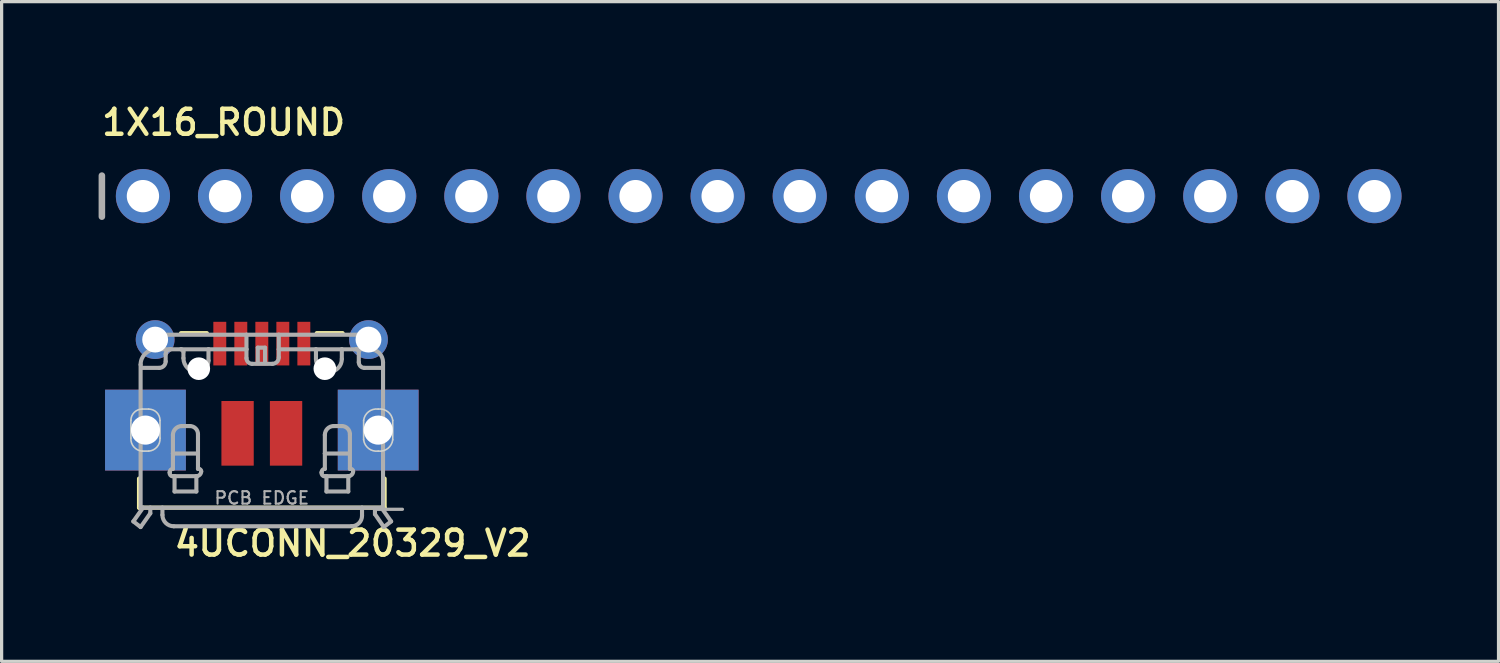
<source format=kicad_pcb>
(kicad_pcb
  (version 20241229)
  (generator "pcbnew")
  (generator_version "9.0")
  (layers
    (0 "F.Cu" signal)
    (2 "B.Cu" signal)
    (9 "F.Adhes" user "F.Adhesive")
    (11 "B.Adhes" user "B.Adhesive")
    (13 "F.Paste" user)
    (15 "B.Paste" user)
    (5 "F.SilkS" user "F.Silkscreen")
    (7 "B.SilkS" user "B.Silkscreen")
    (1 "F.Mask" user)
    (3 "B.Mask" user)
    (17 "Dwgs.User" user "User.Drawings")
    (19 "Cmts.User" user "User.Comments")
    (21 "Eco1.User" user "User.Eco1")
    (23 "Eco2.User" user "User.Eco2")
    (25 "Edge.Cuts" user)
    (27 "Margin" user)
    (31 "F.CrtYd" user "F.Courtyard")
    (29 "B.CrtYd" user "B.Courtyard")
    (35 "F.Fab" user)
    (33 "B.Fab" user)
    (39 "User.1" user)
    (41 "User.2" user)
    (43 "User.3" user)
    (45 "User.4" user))
  (footprint "4UCONN_20329_V2"
    (layer "F.Cu")
    (at 5.05 8.356)
    (property "Reference" "4UCONN_20329_V2" (at -2.778 5.852 180) (layer "F.SilkS") (effects (font (size 0.772 0.772) (thickness 0.139)) (justify left bottom)))
    (attr through_hole)
    (fp_poly (pts (xy -1.55 -0.05) (xy -1.05 -0.05) (xy -1.05 -1.5) (xy -1.55 -1.5)) (stroke (width 0) (type solid)) (fill yes) (layer "F.Mask"))
    (fp_poly (pts (xy -0.9 -0.05) (xy -0.4 -0.05) (xy -0.4 -1.5) (xy -0.9 -1.5)) (stroke (width 0) (type solid)) (fill yes) (layer "F.Mask"))
    (fp_poly (pts (xy -0.25 -0.05) (xy 0.25 -0.05) (xy 0.25 -1.5) (xy -0.25 -1.5)) (stroke (width 0) (type solid)) (fill yes) (layer "F.Mask"))
    (fp_poly (pts (xy 0.4 -0.05) (xy 0.9 -0.05) (xy 0.9 -1.5) (xy 0.4 -1.5)) (stroke (width 0) (type solid)) (fill yes) (layer "F.Mask"))
    (fp_poly (pts (xy 1.05 -0.05) (xy 1.55 -0.05) (xy 1.55 -1.5) (xy 1.05 -1.5)) (stroke (width 0) (type solid)) (fill yes) (layer "F.Mask"))
    (fp_line (start -3.8 3.4) (end -3.8 4.3) (stroke (width 0.127) (type solid)) (layer "F.SilkS"))
    (fp_line (start -3.8 4.3) (end 3.8 4.3) (stroke (width 0.127) (type solid)) (layer "F.SilkS"))
    (fp_line (start -2.5 -1.1) (end -1.7 -1.1) (stroke (width 0.127) (type solid)) (layer "F.SilkS"))
    (fp_line (start 1.7 -1.1) (end 2.5 -1.1) (stroke (width 0.127) (type solid)) (layer "F.SilkS"))
    (fp_line (start 3.8 4.3) (end 3.8 3.4) (stroke (width 0.127) (type solid)) (layer "F.SilkS"))
    (fp_poly (pts (xy -4.85 3.15) (xy -2.35 3.15) (xy -2.35 0.65) (xy -4.85 0.65)) (stroke (width 0) (type solid)) (fill yes) (layer "F.Paste"))
    (fp_poly (pts (xy 2.35 3.15) (xy 4.85 3.15) (xy 4.85 0.65) (xy 2.35 0.65)) (stroke (width 0) (type solid)) (fill yes) (layer "F.Paste"))
    (fp_poly (pts (xy -5.05 -0.9) (xy -5.014 -0.724) (xy -4.925 -0.567) (xy -4.793 -0.445) (xy -4.45 -0.35) (xy -3.35 -0.35) (xy -3.171 -0.37) (xy -3.007 -0.445) (xy -2.875 -0.567) (xy -2.786 -0.724) (xy -2.75 -0.9) (xy -2.786 -1.076) (xy -2.875 -1.233) (xy -3.007 -1.355) (xy -3.35 -1.45) (xy -4.45 -1.45) (xy -4.629 -1.43) (xy -4.793 -1.355) (xy -4.925 -1.233)) (stroke (width 0) (type solid)) (fill yes) (layer "F.Paste"))
    (fp_poly (pts (xy 2.75 -0.9) (xy 2.786 -0.724) (xy 2.875 -0.567) (xy 3.007 -0.445) (xy 3.35 -0.35) (xy 4.45 -0.35) (xy 4.629 -0.37) (xy 4.793 -0.445) (xy 4.925 -0.567) (xy 5.014 -0.724) (xy 5.05 -0.9) (xy 5.014 -1.076) (xy 4.925 -1.233) (xy 4.793 -1.355) (xy 4.45 -1.45) (xy 3.35 -1.45) (xy 3.171 -1.43) (xy 3.007 -1.355) (xy 2.875 -1.233)) (stroke (width 0) (type solid)) (fill yes) (layer "F.Paste"))
    (fp_line (start -4.05 2.15) (end -4.05 1.6) (stroke (width 0.05) (type solid)) (layer "Edge.Cuts"))
    (fp_line (start -3.7 1.25) (end -3.5 1.25) (stroke (width 0.05) (type solid)) (layer "Edge.Cuts"))
    (fp_line (start -3.5 2.55) (end -3.7 2.55) (stroke (width 0.05) (type solid)) (layer "Edge.Cuts"))
    (fp_line (start -3.15 1.6) (end -3.15 2.15) (stroke (width 0.05) (type solid)) (layer "Edge.Cuts"))
    (fp_line (start 3.15 2.2) (end 3.15 1.6) (stroke (width 0.05) (type solid)) (layer "Edge.Cuts"))
    (fp_line (start 4.05 1.6) (end 4.05 2.2) (stroke (width 0.05) (type solid)) (layer "Edge.Cuts"))
    (fp_arc (start -4.05 1.6) (mid -3.947487 1.352513) (end -3.7 1.25) (stroke (width 0.05) (type solid)) (layer "Edge.Cuts"))
    (fp_arc (start -3.7 2.55) (mid -3.957843 2.422487) (end -4.05 2.15) (stroke (width 0.05) (type solid)) (layer "Edge.Cuts"))
    (fp_arc (start -3.5 1.25) (mid -3.252513 1.352513) (end -3.15 1.6) (stroke (width 0.05) (type solid)) (layer "Edge.Cuts"))
    (fp_arc (start -3.15 2.15) (mid -3.242157 2.422487) (end -3.5 2.55) (stroke (width 0.05) (type solid)) (layer "Edge.Cuts"))
    (fp_arc (start 3.15 1.6) (mid 3.302513 1.331802) (end 3.6 1.25) (stroke (width 0.05) (type solid)) (layer "Edge.Cuts"))
    (fp_arc (start 3.6 1.25) (mid 3.897487 1.331802) (end 4.05 1.6) (stroke (width 0.05) (type solid)) (layer "Edge.Cuts"))
    (fp_arc (start 3.6 2.55) (mid 3.302513 2.468198) (end 3.15 2.2) (stroke (width 0.05) (type solid)) (layer "Edge.Cuts"))
    (fp_arc (start 4.05 2.2) (mid 3.897487 2.468198) (end 3.6 2.55) (stroke (width 0.05) (type solid)) (layer "Edge.Cuts"))
    (fp_line (start -3.975 4.725) (end -3.75 4.9) (stroke (width 0.127) (type solid)) (layer "F.Fab"))
    (fp_line (start -3.975 4.725) (end -3.675 4.3) (stroke (width 0.127) (type solid)) (layer "F.Fab"))
    (fp_line (start -3.75 -0.125) (end -3.75 4.3) (stroke (width 0.127) (type solid)) (layer "F.Fab"))
    (fp_line (start -3.75 4.3) (end -3.675 4.3) (stroke (width 0.127) (type solid)) (layer "F.Fab"))
    (fp_line (start -3.75 4.9) (end -3.45 4.475) (stroke (width 0.127) (type solid)) (layer "F.Fab"))
    (fp_line (start -3.725 -0.025) (end -3.175 -0.025) (stroke (width 0.127) (type solid)) (layer "F.Fab"))
    (fp_line (start -3.675 4.3) (end -3.45 4.3) (stroke (width 0.127) (type solid)) (layer "F.Fab"))
    (fp_line (start -3.575 -1.05) (end -0.475 -1.05) (stroke (width 0.127) (type solid)) (layer "F.Fab"))
    (fp_line (start -3.575 -0.75) (end -3.575 -1.05) (stroke (width 0.127) (type solid)) (layer "F.Fab"))
    (fp_line (start -3.45 4.3) (end -3.075 4.3) (stroke (width 0.127) (type solid)) (layer "F.Fab"))
    (fp_line (start -3.45 4.475) (end -3.45 4.3) (stroke (width 0.127) (type solid)) (layer "F.Fab"))
    (fp_line (start -3.425 -0.75) (end -3.575 -0.75) (stroke (width 0.127) (type solid)) (layer "F.Fab"))
    (fp_line (start -3.425 -0.625) (end -3.425 -0.75) (stroke (width 0.127) (type solid)) (layer "F.Fab"))
    (fp_line (start -3.075 4.3) (end -3.075 4.525) (stroke (width 0.127) (type solid)) (layer "F.Fab"))
    (fp_line (start -3.075 4.3) (end 3.1 4.3) (stroke (width 0.127) (type solid)) (layer "F.Fab"))
    (fp_line (start -2.975 -0.225) (end -2.975 -0.45) (stroke (width 0.127) (type solid)) (layer "F.Fab"))
    (fp_line (start -2.85 3.225) (end -2.85 3.2) (stroke (width 0.127) (type solid)) (layer "F.Fab"))
    (fp_line (start -2.825 -0.6) (end -3.275 -0.6) (stroke (width 0.127) (type solid)) (layer "F.Fab"))
    (fp_line (start -2.825 -0.6) (end -2.5 -0.6) (stroke (width 0.127) (type solid)) (layer "F.Fab"))
    (fp_line (start -2.75 2.625) (end -2.75 2.05) (stroke (width 0.127) (type solid)) (layer "F.Fab"))
    (fp_line (start -2.75 2.625) (end -2 2.625) (stroke (width 0.127) (type solid)) (layer "F.Fab"))
    (fp_line (start -2.75 3.1) (end -2.75 2.625) (stroke (width 0.127) (type solid)) (layer "F.Fab"))
    (fp_line (start -2.725 4.875) (end 2.775 4.875) (stroke (width 0.127) (type solid)) (layer "F.Fab"))
    (fp_line (start -2.7 3.325) (end -2.775 3.325) (stroke (width 0.127) (type solid)) (layer "F.Fab"))
    (fp_line (start -2.7 3.325) (end -2 3.325) (stroke (width 0.127) (type solid)) (layer "F.Fab"))
    (fp_line (start -2.7 3.8) (end -2.7 3.325) (stroke (width 0.127) (type solid)) (layer "F.Fab"))
    (fp_line (start -2.475 1.775) (end -2.225 1.775) (stroke (width 0.127) (type solid)) (layer "F.Fab"))
    (fp_line (start -2.425 -0.525) (end -2.425 -0.325) (stroke (width 0.127) (type solid)) (layer "F.Fab"))
    (fp_line (start -2.025 3.325) (end -2.025 3.8) (stroke (width 0.127) (type solid)) (layer "F.Fab"))
    (fp_line (start -2.025 3.8) (end -2.7 3.8) (stroke (width 0.127) (type solid)) (layer "F.Fab"))
    (fp_line (start -1.975 2.025) (end -1.975 3.1) (stroke (width 0.127) (type solid)) (layer "F.Fab"))
    (fp_line (start -1.975 3.1) (end -1.95 3.1) (stroke (width 0.127) (type solid)) (layer "F.Fab"))
    (fp_line (start -1.65 -0.6) (end -2.5 -0.6) (stroke (width 0.127) (type solid)) (layer "F.Fab"))
    (fp_line (start -1.65 -0.25) (end -1.65 -0.6) (stroke (width 0.127) (type solid)) (layer "F.Fab"))
    (fp_line (start -0.475 -1.05) (end 0.525 -1.05) (stroke (width 0.127) (type solid)) (layer "F.Fab"))
    (fp_line (start -0.475 -0.6) (end -1.65 -0.6) (stroke (width 0.127) (type solid)) (layer "F.Fab"))
    (fp_line (start -0.475 -0.6) (end -0.475 -1.05) (stroke (width 0.127) (type solid)) (layer "F.Fab"))
    (fp_line (start -0.475 -0.325) (end -0.475 -0.6) (stroke (width 0.127) (type solid)) (layer "F.Fab"))
    (fp_line (start -0.125 -0.65) (end 0.1 -0.65) (stroke (width 0.127) (type solid)) (layer "F.Fab"))
    (fp_line (start -0.125 -0.175) (end -0.125 -0.65) (stroke (width 0.127) (type solid)) (layer "F.Fab"))
    (fp_line (start 0.1 -0.65) (end 0.1 -0.175) (stroke (width 0.127) (type solid)) (layer "F.Fab"))
    (fp_line (start 0.325 -0.15) (end -0.3 -0.15) (stroke (width 0.127) (type solid)) (layer "F.Fab"))
    (fp_line (start 0.525 -1.05) (end 0.525 -0.6) (stroke (width 0.127) (type solid)) (layer "F.Fab"))
    (fp_line (start 0.525 -1.05) (end 3.6 -1.05) (stroke (width 0.127) (type solid)) (layer "F.Fab"))
    (fp_line (start 0.525 -0.6) (end 0.525 -0.35) (stroke (width 0.127) (type solid)) (layer "F.Fab"))
    (fp_line (start 1.675 -0.6) (end 0.525 -0.6) (stroke (width 0.127) (type solid)) (layer "F.Fab"))
    (fp_line (start 1.675 -0.6) (end 1.675 -0.3) (stroke (width 0.127) (type solid)) (layer "F.Fab"))
    (fp_line (start 1.85 3.225) (end 1.85 3.2) (stroke (width 0.127) (type solid)) (layer "F.Fab"))
    (fp_line (start 1.95 2.625) (end 1.95 2.05) (stroke (width 0.127) (type solid)) (layer "F.Fab"))
    (fp_line (start 1.95 2.625) (end 2.7 2.625) (stroke (width 0.127) (type solid)) (layer "F.Fab"))
    (fp_line (start 1.95 3.1) (end 1.95 2.625) (stroke (width 0.127) (type solid)) (layer "F.Fab"))
    (fp_line (start 2 3.325) (end 1.925 3.325) (stroke (width 0.127) (type solid)) (layer "F.Fab"))
    (fp_line (start 2 3.325) (end 2.7 3.325) (stroke (width 0.127) (type solid)) (layer "F.Fab"))
    (fp_line (start 2 3.8) (end 2 3.325) (stroke (width 0.127) (type solid)) (layer "F.Fab"))
    (fp_line (start 2.225 1.775) (end 2.475 1.775) (stroke (width 0.127) (type solid)) (layer "F.Fab"))
    (fp_line (start 2.475 -0.6) (end 1.675 -0.6) (stroke (width 0.127) (type solid)) (layer "F.Fab"))
    (fp_line (start 2.475 -0.6) (end 2.925 -0.6) (stroke (width 0.127) (type solid)) (layer "F.Fab"))
    (fp_line (start 2.475 -0.3) (end 2.475 -0.6) (stroke (width 0.127) (type solid)) (layer "F.Fab"))
    (fp_line (start 2.675 3.325) (end 2.675 3.8) (stroke (width 0.127) (type solid)) (layer "F.Fab"))
    (fp_line (start 2.675 3.8) (end 2 3.8) (stroke (width 0.127) (type solid)) (layer "F.Fab"))
    (fp_line (start 2.725 2.025) (end 2.725 3.1) (stroke (width 0.127) (type solid)) (layer "F.Fab"))
    (fp_line (start 2.725 3.1) (end 2.75 3.1) (stroke (width 0.127) (type solid)) (layer "F.Fab"))
    (fp_line (start 3 -0.525) (end 3 -0.2) (stroke (width 0.127) (type solid)) (layer "F.Fab"))
    (fp_line (start 3.1 4.3) (end 3.7 4.3) (stroke (width 0.127) (type solid)) (layer "F.Fab"))
    (fp_line (start 3.1 4.55) (end 3.1 4.3) (stroke (width 0.127) (type solid)) (layer "F.Fab"))
    (fp_line (start 3.175 -0.025) (end 3.725 -0.025) (stroke (width 0.127) (type solid)) (layer "F.Fab"))
    (fp_line (start 3.35 -0.775) (end 3.35 -0.6) (stroke (width 0.127) (type solid)) (layer "F.Fab"))
    (fp_line (start 3.35 -0.6) (end 2.925 -0.6) (stroke (width 0.127) (type solid)) (layer "F.Fab"))
    (fp_line (start 3.5 4.35) (end 4.35 4.35) (stroke (width 0.1) (type solid)) (layer "F.Fab"))
    (fp_line (start 3.5 4.5) (end 3.5 4.35) (stroke (width 0.127) (type solid)) (layer "F.Fab"))
    (fp_line (start 3.6 -1.05) (end 3.6 -0.775) (stroke (width 0.127) (type solid)) (layer "F.Fab"))
    (fp_line (start 3.6 -0.775) (end 3.35 -0.775) (stroke (width 0.127) (type solid)) (layer "F.Fab"))
    (fp_line (start 3.7 4.3) (end 3.75 4.3) (stroke (width 0.127) (type solid)) (layer "F.Fab"))
    (fp_line (start 3.7 4.3) (end 4 4.725) (stroke (width 0.127) (type solid)) (layer "F.Fab"))
    (fp_line (start 3.75 4.3) (end 3.75 -0.2) (stroke (width 0.127) (type solid)) (layer "F.Fab"))
    (fp_line (start 3.775 4.9) (end 3.5 4.5) (stroke (width 0.127) (type solid)) (layer "F.Fab"))
    (fp_line (start 4 4.725) (end 3.775 4.9) (stroke (width 0.127) (type solid)) (layer "F.Fab"))
    (fp_arc (start -3.750001 -0.124999) (mid -3.610876 -0.460875) (end -3.275 -0.6) (stroke (width 0.127) (type solid)) (layer "F.Fab"))
    (fp_arc (start -2.975 -0.45) (mid -2.931066 -0.556066) (end -2.825 -0.6) (stroke (width 0.127) (type solid)) (layer "F.Fab"))
    (fp_arc (start -2.975 -0.225) (mid -3.033579 -0.083579) (end -3.175 -0.025) (stroke (width 0.127) (type solid)) (layer "F.Fab"))
    (fp_arc (start -2.85 3.2) (mid -2.820711 3.129289) (end -2.75 3.1) (stroke (width 0.127) (type solid)) (layer "F.Fab"))
    (fp_arc (start -2.775 3.325) (mid -2.833211 3.290533) (end -2.85 3.225) (stroke (width 0.127) (type solid)) (layer "F.Fab"))
    (fp_arc (start -2.75 2.05) (mid -2.669454 1.855546) (end -2.475 1.775) (stroke (width 0.127) (type solid)) (layer "F.Fab"))
    (fp_arc (start -2.725 4.875) (mid -2.972487 4.772487) (end -3.075 4.525) (stroke (width 0.127) (type solid)) (layer "F.Fab"))
    (fp_arc (start -2.5 -0.6) (mid -2.446967 -0.578033) (end -2.425 -0.525) (stroke (width 0.127) (type solid)) (layer "F.Fab"))
    (fp_arc (start -2.225 1.775) (mid -2.048223 1.848223) (end -1.975 2.025) (stroke (width 0.127) (type solid)) (layer "F.Fab"))
    (fp_arc (start -2 0.1) (mid -2.30052 -0.02448) (end -2.425 -0.325) (stroke (width 0.127) (type solid)) (layer "F.Fab"))
    (fp_arc (start -1.95 3.1) (mid -1.896967 3.121967) (end -1.875 3.175) (stroke (width 0.127) (type solid)) (layer "F.Fab"))
    (fp_arc (start -1.875 3.175) (mid -1.918934 3.281066) (end -2.025 3.325) (stroke (width 0.127) (type solid)) (layer "F.Fab"))
    (fp_arc (start -1.65 -0.25) (mid -1.752513 -0.002513) (end -2 0.1) (stroke (width 0.127) (type solid)) (layer "F.Fab"))
    (fp_arc (start -0.3 -0.15) (mid -0.423744 -0.201256) (end -0.475 -0.325) (stroke (width 0.127) (type solid)) (layer "F.Fab"))
    (fp_arc (start 0.525 -0.35) (mid 0.466421 -0.208579) (end 0.325 -0.15) (stroke (width 0.127) (type solid)) (layer "F.Fab"))
    (fp_arc (start 1.85 3.2) (mid 1.879289 3.129289) (end 1.95 3.1) (stroke (width 0.127) (type solid)) (layer "F.Fab"))
    (fp_arc (start 1.925 3.325) (mid 1.866789 3.290533) (end 1.85 3.225) (stroke (width 0.127) (type solid)) (layer "F.Fab"))
    (fp_arc (start 1.95 2.05) (mid 2.030546 1.855546) (end 2.225 1.775) (stroke (width 0.127) (type solid)) (layer "F.Fab"))
    (fp_arc (start 2.075 0.1) (mid 1.792157 -0.017157) (end 1.675 -0.3) (stroke (width 0.127) (type solid)) (layer "F.Fab"))
    (fp_arc (start 2.475 -0.3) (mid 2.357843 -0.017157) (end 2.075 0.1) (stroke (width 0.127) (type solid)) (layer "F.Fab"))
    (fp_arc (start 2.475 1.775) (mid 2.651777 1.848223) (end 2.725 2.025) (stroke (width 0.127) (type solid)) (layer "F.Fab"))
    (fp_arc (start 2.75 3.1) (mid 2.803033 3.121967) (end 2.825 3.175) (stroke (width 0.127) (type solid)) (layer "F.Fab"))
    (fp_arc (start 2.825 3.175) (mid 2.781066 3.281066) (end 2.675 3.325) (stroke (width 0.127) (type solid)) (layer "F.Fab"))
    (fp_arc (start 2.925 -0.6) (mid 2.978033 -0.578033) (end 3 -0.525) (stroke (width 0.127) (type solid)) (layer "F.Fab"))
    (fp_arc (start 3.1 4.55) (mid 3.00481 4.77981) (end 2.775 4.875) (stroke (width 0.127) (type solid)) (layer "F.Fab"))
    (fp_arc (start 3.175 -0.025) (mid 3.051256 -0.076256) (end 3 -0.2) (stroke (width 0.127) (type solid)) (layer "F.Fab"))
    (fp_arc (start 3.349999 -0.599999) (mid 3.632842 -0.482842) (end 3.75 -0.2) (stroke (width 0.127) (type solid)) (layer "F.Fab"))
    (fp_text user "PCB EDGE" (at 0 4 0) (layer "F.Fab") (effects (font (size 0.386 0.386) (thickness 0.065))))
    (pad "" np_thru_hole circle (at -1.95 0) (size 0.7 0.7) (drill 0.7) (layers "*.Cu" "*.Mask"))
    (pad "" np_thru_hole circle (at 1.95 0) (size 0.7 0.7) (drill 0.7) (layers "*.Cu" "*.Mask"))
    (pad "BASE@1" smd rect (at -0.75 2 90) (size 2 1) (layers "F.Cu" "F.Mask" "F.Paste"))
    (pad "BASE@2" smd rect (at 0.75 2 90) (size 2 1) (layers "F.Cu" "F.Mask" "F.Paste"))
    (pad "D+" smd rect (at 0 -0.775) (size 0.4 1.35) (layers "F.Cu" "F.Mask" "F.Paste"))
    (pad "D-" smd rect (at -0.65 -0.775) (size 0.4 1.35) (layers "F.Cu" "F.Mask" "F.Paste"))
    (pad "GND" smd rect (at 1.3 -0.775) (size 0.4 1.35) (layers "F.Cu" "F.Mask" "F.Paste"))
    (pad "ID" smd rect (at 0.65 -0.775) (size 0.4 1.35) (layers "F.Cu" "F.Mask" "F.Paste"))
    (pad "SPRT@1" thru_hole circle (at -3.3 -0.9 180) (size 1.2 1.2) (drill 0.8) (layers "*.Cu" "*.Mask"))
    (pad "SPRT@2" thru_hole circle (at 3.3 -0.9) (size 1.2 1.2) (drill 0.8) (layers "*.Cu" "*.Mask"))
    (pad "SPRT@3" thru_hole rect (at -3.6 1.9 90) (size 2.5 2.5) (drill 0.9) (layers "*.Cu" "*.Mask"))
    (pad "SPRT@4" thru_hole rect (at 3.6 1.9 90) (size 2.5 2.5) (drill 0.9) (layers "*.Cu" "*.Mask"))
    (pad "VBUS" smd rect (at -1.3 -0.775) (size 0.4 1.35) (layers "F.Cu" "F.Mask" "F.Paste")))
  (footprint "1X16_ROUND"
    (layer "F.Cu")
    (at 20.422 3.018)
    (property "Reference" "1X16_ROUND" (at -20.396 -1.829 180) (layer "F.SilkS") (effects (font (size 0.772 0.772) (thickness 0.139)) (justify left bottom)))
    (attr through_hole)
    (fp_line (start -20.32 -0.635) (end -20.32 0.635) (stroke (width 0.203) (type solid)) (layer "F.Fab"))
    (fp_poly (pts (xy -19.304 0.254) (xy -18.796 0.254) (xy -18.796 -0.254) (xy -19.304 -0.254)) (stroke (width 0.1) (type solid)) (fill no) (layer "F.Fab"))
    (fp_poly (pts (xy -16.764 0.254) (xy -16.256 0.254) (xy -16.256 -0.254) (xy -16.764 -0.254)) (stroke (width 0.1) (type solid)) (fill no) (layer "F.Fab"))
    (fp_poly (pts (xy -14.224 0.254) (xy -13.716 0.254) (xy -13.716 -0.254) (xy -14.224 -0.254)) (stroke (width 0.1) (type solid)) (fill no) (layer "F.Fab"))
    (fp_poly (pts (xy -11.684 0.254) (xy -11.176 0.254) (xy -11.176 -0.254) (xy -11.684 -0.254)) (stroke (width 0.1) (type solid)) (fill no) (layer "F.Fab"))
    (fp_poly (pts (xy -9.144 0.254) (xy -8.636 0.254) (xy -8.636 -0.254) (xy -9.144 -0.254)) (stroke (width 0.1) (type solid)) (fill no) (layer "F.Fab"))
    (fp_poly (pts (xy -6.604 0.254) (xy -6.096 0.254) (xy -6.096 -0.254) (xy -6.604 -0.254)) (stroke (width 0.1) (type solid)) (fill no) (layer "F.Fab"))
    (fp_poly (pts (xy -4.064 0.254) (xy -3.556 0.254) (xy -3.556 -0.254) (xy -4.064 -0.254)) (stroke (width 0.1) (type solid)) (fill no) (layer "F.Fab"))
    (fp_poly (pts (xy -1.524 0.254) (xy -1.016 0.254) (xy -1.016 -0.254) (xy -1.524 -0.254)) (stroke (width 0.1) (type solid)) (fill no) (layer "F.Fab"))
    (fp_poly (pts (xy 1.016 0.254) (xy 1.524 0.254) (xy 1.524 -0.254) (xy 1.016 -0.254)) (stroke (width 0.1) (type solid)) (fill no) (layer "F.Fab"))
    (fp_poly (pts (xy 3.556 0.254) (xy 4.064 0.254) (xy 4.064 -0.254) (xy 3.556 -0.254)) (stroke (width 0.1) (type solid)) (fill no) (layer "F.Fab"))
    (fp_poly (pts (xy 6.096 0.254) (xy 6.604 0.254) (xy 6.604 -0.254) (xy 6.096 -0.254)) (stroke (width 0.1) (type solid)) (fill no) (layer "F.Fab"))
    (fp_poly (pts (xy 8.636 0.254) (xy 9.144 0.254) (xy 9.144 -0.254) (xy 8.636 -0.254)) (stroke (width 0.1) (type solid)) (fill no) (layer "F.Fab"))
    (fp_poly (pts (xy 11.176 0.254) (xy 11.684 0.254) (xy 11.684 -0.254) (xy 11.176 -0.254)) (stroke (width 0.1) (type solid)) (fill no) (layer "F.Fab"))
    (fp_poly (pts (xy 13.716 0.254) (xy 14.224 0.254) (xy 14.224 -0.254) (xy 13.716 -0.254)) (stroke (width 0.1) (type solid)) (fill no) (layer "F.Fab"))
    (fp_poly (pts (xy 16.256 0.254) (xy 16.764 0.254) (xy 16.764 -0.254) (xy 16.256 -0.254)) (stroke (width 0.1) (type solid)) (fill no) (layer "F.Fab"))
    (fp_poly (pts (xy 18.796 0.254) (xy 19.304 0.254) (xy 19.304 -0.254) (xy 18.796 -0.254)) (stroke (width 0.1) (type solid)) (fill no) (layer "F.Fab"))
    (pad "1" thru_hole circle (at -19.05 0 90) (size 1.676 1.676) (drill 1) (layers "*.Cu" "*.Mask"))
    (pad "2" thru_hole circle (at -16.51 0 90) (size 1.676 1.676) (drill 1) (layers "*.Cu" "*.Mask"))
    (pad "3" thru_hole circle (at -13.97 0 90) (size 1.676 1.676) (drill 1) (layers "*.Cu" "*.Mask"))
    (pad "4" thru_hole circle (at -11.43 0 90) (size 1.676 1.676) (drill 1) (layers "*.Cu" "*.Mask"))
    (pad "5" thru_hole circle (at -8.89 0 90) (size 1.676 1.676) (drill 1) (layers "*.Cu" "*.Mask"))
    (pad "6" thru_hole circle (at -6.35 0 90) (size 1.676 1.676) (drill 1) (layers "*.Cu" "*.Mask"))
    (pad "7" thru_hole circle (at -3.81 0 90) (size 1.676 1.676) (drill 1) (layers "*.Cu" "*.Mask"))
    (pad "8" thru_hole circle (at -1.27 0 90) (size 1.676 1.676) (drill 1) (layers "*.Cu" "*.Mask"))
    (pad "9" thru_hole circle (at 1.27 0 90) (size 1.676 1.676) (drill 1) (layers "*.Cu" "*.Mask"))
    (pad "10" thru_hole circle (at 3.81 0 90) (size 1.676 1.676) (drill 1) (layers "*.Cu" "*.Mask"))
    (pad "11" thru_hole circle (at 6.35 0 90) (size 1.676 1.676) (drill 1) (layers "*.Cu" "*.Mask"))
    (pad "12" thru_hole circle (at 8.89 0 90) (size 1.676 1.676) (drill 1) (layers "*.Cu" "*.Mask"))
    (pad "13" thru_hole circle (at 11.43 0 90) (size 1.676 1.676) (drill 1) (layers "*.Cu" "*.Mask"))
    (pad "14" thru_hole circle (at 13.97 0 90) (size 1.676 1.676) (drill 1) (layers "*.Cu" "*.Mask"))
    (pad "15" thru_hole circle (at 16.51 0 90) (size 1.676 1.676) (drill 1) (layers "*.Cu" "*.Mask"))
    (pad "16" thru_hole circle (at 19.05 0 90) (size 1.676 1.676) (drill 1) (layers "*.Cu" "*.Mask")))
  (gr_rect
    (start -3 -3)
    (end 43.31 17.41)
    (stroke (width 0.1) (type default))
    (fill no)
    (layer "Edge.Cuts")))
</source>
